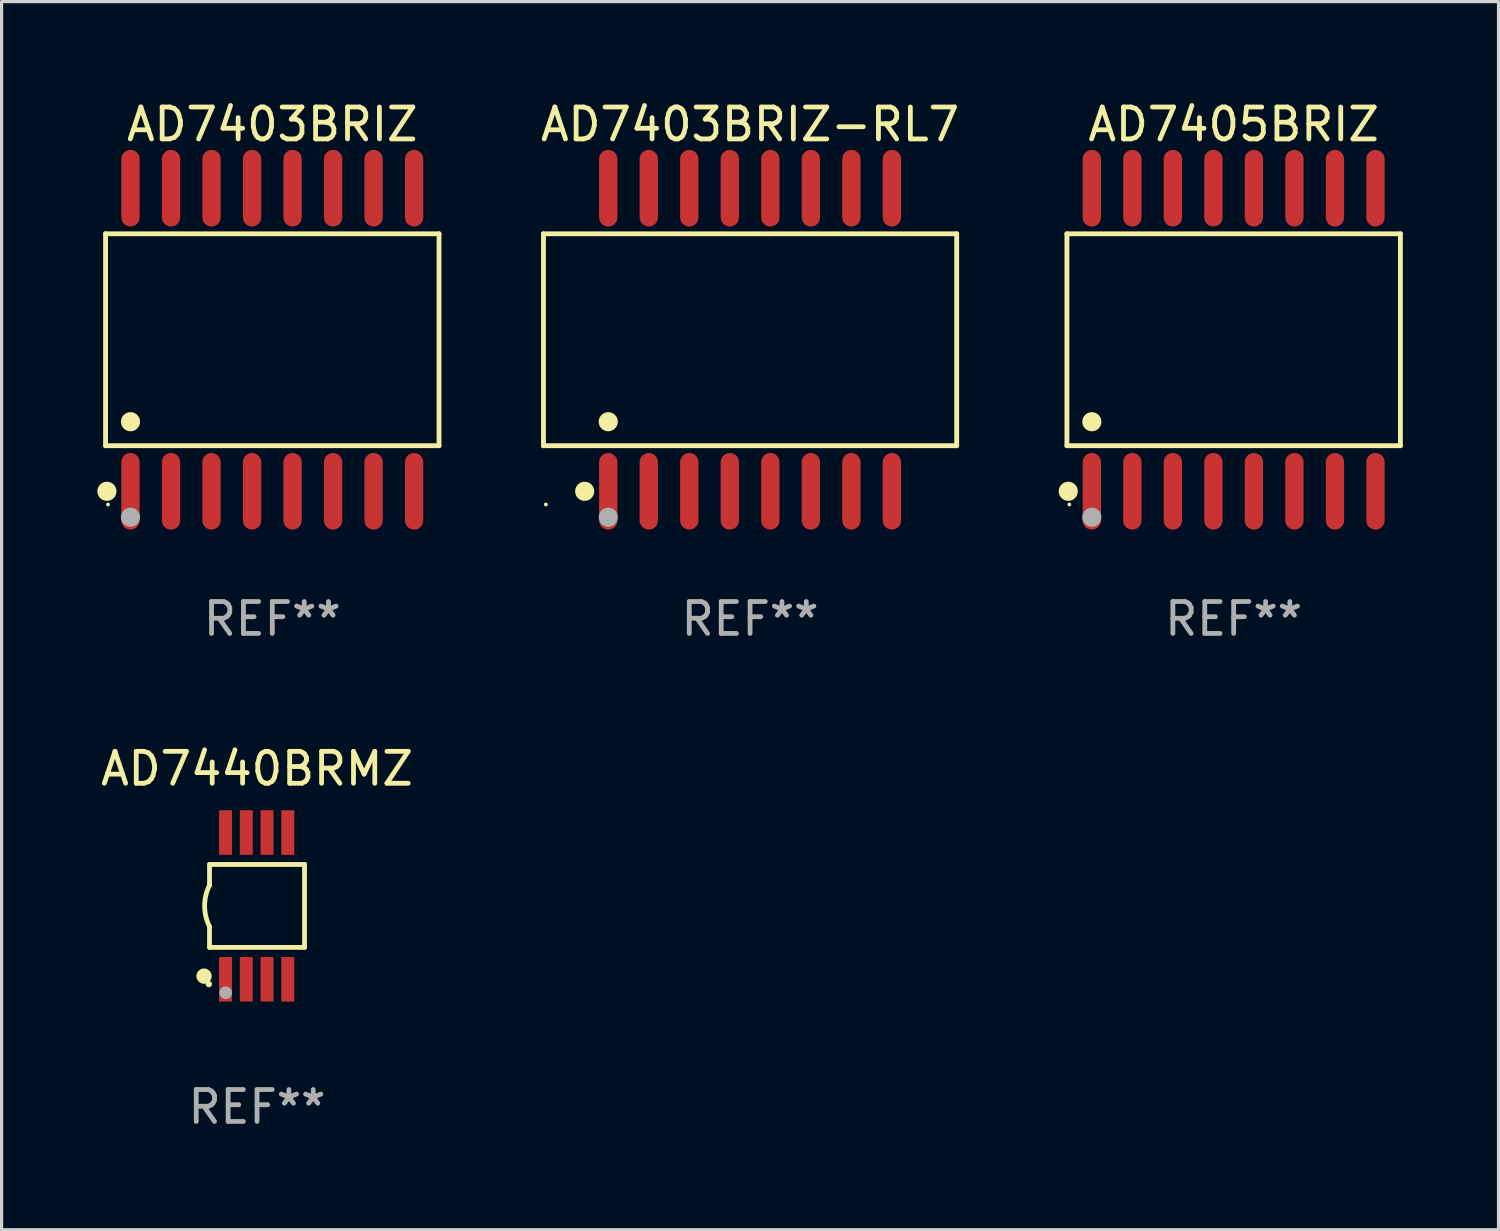
<source format=kicad_pcb>
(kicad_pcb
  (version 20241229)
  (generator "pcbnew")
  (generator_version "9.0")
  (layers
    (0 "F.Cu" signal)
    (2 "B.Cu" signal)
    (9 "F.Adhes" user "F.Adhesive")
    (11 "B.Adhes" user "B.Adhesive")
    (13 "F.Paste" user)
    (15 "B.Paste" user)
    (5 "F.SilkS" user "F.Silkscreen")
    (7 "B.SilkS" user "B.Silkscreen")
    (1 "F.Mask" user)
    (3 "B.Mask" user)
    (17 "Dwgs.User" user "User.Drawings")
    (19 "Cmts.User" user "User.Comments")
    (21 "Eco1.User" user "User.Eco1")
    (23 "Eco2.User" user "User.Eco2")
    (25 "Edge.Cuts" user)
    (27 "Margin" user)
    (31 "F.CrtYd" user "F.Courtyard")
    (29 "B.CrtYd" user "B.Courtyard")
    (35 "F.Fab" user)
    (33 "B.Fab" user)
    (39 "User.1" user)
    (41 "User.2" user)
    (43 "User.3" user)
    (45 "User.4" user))
  (footprint "AD7403BRIZ-RL7"
    (layer "F.Cu")
    (at 20.46 7.599)
    (property "Reference" "AD7403BRIZ-RL7" (at 0 -6.75 0) (layer "F.SilkS") (effects (font (size 1 1) (thickness 0.15))))
    (attr through_hole)
    (fp_line (start -6.476 -3.321) (end 6.476 -3.321) (stroke (width 0.152) (type solid)) (layer "F.SilkS"))
    (fp_line (start -6.476 3.321) (end -6.476 -3.321) (stroke (width 0.152) (type solid)) (layer "F.SilkS"))
    (fp_line (start 6.476 -3.321) (end 6.476 3.321) (stroke (width 0.152) (type solid)) (layer "F.SilkS"))
    (fp_line (start 6.476 3.321) (end -6.476 3.321) (stroke (width 0.152) (type solid)) (layer "F.SilkS"))
    (fp_circle (center -6.4 5.163) (end -6.37 5.163) (stroke (width 0.06) (type solid)) (fill no) (layer "F.SilkS"))
    (fp_circle (center -5.184 4.75) (end -5.034 4.75) (stroke (width 0.3) (type solid)) (fill no) (layer "F.SilkS"))
    (fp_circle (center -4.445 2.569) (end -4.295 2.569) (stroke (width 0.3) (type solid)) (fill no) (layer "F.SilkS"))
    (fp_circle (center -4.445 5.563) (end -4.295 5.563) (stroke (width 0.3) (type solid)) (fill no) (layer "F.Fab"))
    (fp_text user "REF**" (at 0 8.75 0) (layer "F.Fab") (effects (font (size 1 1) (thickness 0.15))))
    (pad "1" smd oval (at -4.445 4.75) (size 0.574 2.401) (layers "F.Cu" "F.Mask" "F.Paste"))
    (pad "2" smd oval (at -3.175 4.75) (size 0.574 2.401) (layers "F.Cu" "F.Mask" "F.Paste"))
    (pad "3" smd oval (at -1.905 4.75) (size 0.574 2.401) (layers "F.Cu" "F.Mask" "F.Paste"))
    (pad "4" smd oval (at -0.635 4.75) (size 0.574 2.401) (layers "F.Cu" "F.Mask" "F.Paste"))
    (pad "5" smd oval (at 0.635 4.75) (size 0.574 2.401) (layers "F.Cu" "F.Mask" "F.Paste"))
    (pad "6" smd oval (at 1.905 4.75) (size 0.574 2.401) (layers "F.Cu" "F.Mask" "F.Paste"))
    (pad "7" smd oval (at 3.175 4.75) (size 0.574 2.401) (layers "F.Cu" "F.Mask" "F.Paste"))
    (pad "8" smd oval (at 4.445 4.75) (size 0.574 2.401) (layers "F.Cu" "F.Mask" "F.Paste"))
    (pad "9" smd oval (at 4.445 -4.75) (size 0.574 2.401) (layers "F.Cu" "F.Mask" "F.Paste"))
    (pad "10" smd oval (at 3.175 -4.75) (size 0.574 2.401) (layers "F.Cu" "F.Mask" "F.Paste"))
    (pad "11" smd oval (at 1.905 -4.75) (size 0.574 2.401) (layers "F.Cu" "F.Mask" "F.Paste"))
    (pad "12" smd oval (at 0.635 -4.75) (size 0.574 2.401) (layers "F.Cu" "F.Mask" "F.Paste"))
    (pad "13" smd oval (at -0.635 -4.75) (size 0.574 2.401) (layers "F.Cu" "F.Mask" "F.Paste"))
    (pad "14" smd oval (at -1.905 -4.75) (size 0.574 2.401) (layers "F.Cu" "F.Mask" "F.Paste"))
    (pad "15" smd oval (at -3.175 -4.75) (size 0.574 2.401) (layers "F.Cu" "F.Mask" "F.Paste"))
    (pad "16" smd oval (at -4.445 -4.75) (size 0.574 2.401) (layers "F.Cu" "F.Mask" "F.Paste")))
  (footprint "AD7405BRIZ"
    (layer "F.Cu")
    (at 35.617 7.599)
    (property "Reference" "AD7405BRIZ" (at 0 -6.75 0) (layer "F.SilkS") (effects (font (size 1 1) (thickness 0.15))))
    (attr through_hole)
    (fp_line (start -5.226 -3.321) (end 5.226 -3.321) (stroke (width 0.152) (type solid)) (layer "F.SilkS"))
    (fp_line (start -5.226 3.321) (end -5.226 -3.321) (stroke (width 0.152) (type solid)) (layer "F.SilkS"))
    (fp_line (start 5.226 -3.321) (end 5.226 3.321) (stroke (width 0.152) (type solid)) (layer "F.SilkS"))
    (fp_line (start 5.226 3.321) (end -5.226 3.321) (stroke (width 0.152) (type solid)) (layer "F.SilkS"))
    (fp_circle (center -5.184 4.75) (end -5.034 4.75) (stroke (width 0.3) (type solid)) (fill no) (layer "F.SilkS"))
    (fp_circle (center -5.15 5.163) (end -5.12 5.163) (stroke (width 0.06) (type solid)) (fill no) (layer "F.SilkS"))
    (fp_circle (center -4.445 2.569) (end -4.295 2.569) (stroke (width 0.3) (type solid)) (fill no) (layer "F.SilkS"))
    (fp_circle (center -4.445 5.563) (end -4.295 5.563) (stroke (width 0.3) (type solid)) (fill no) (layer "F.Fab"))
    (fp_text user "REF**" (at 0 8.75 0) (layer "F.Fab") (effects (font (size 1 1) (thickness 0.15))))
    (pad "1" smd oval (at -4.445 4.75) (size 0.574 2.401) (layers "F.Cu" "F.Mask" "F.Paste"))
    (pad "2" smd oval (at -3.175 4.75) (size 0.574 2.401) (layers "F.Cu" "F.Mask" "F.Paste"))
    (pad "3" smd oval (at -1.905 4.75) (size 0.574 2.401) (layers "F.Cu" "F.Mask" "F.Paste"))
    (pad "4" smd oval (at -0.635 4.75) (size 0.574 2.401) (layers "F.Cu" "F.Mask" "F.Paste"))
    (pad "5" smd oval (at 0.635 4.75) (size 0.574 2.401) (layers "F.Cu" "F.Mask" "F.Paste"))
    (pad "6" smd oval (at 1.905 4.75) (size 0.574 2.401) (layers "F.Cu" "F.Mask" "F.Paste"))
    (pad "7" smd oval (at 3.175 4.75) (size 0.574 2.401) (layers "F.Cu" "F.Mask" "F.Paste"))
    (pad "8" smd oval (at 4.445 4.75) (size 0.574 2.401) (layers "F.Cu" "F.Mask" "F.Paste"))
    (pad "9" smd oval (at 4.445 -4.75) (size 0.574 2.401) (layers "F.Cu" "F.Mask" "F.Paste"))
    (pad "10" smd oval (at 3.175 -4.75) (size 0.574 2.401) (layers "F.Cu" "F.Mask" "F.Paste"))
    (pad "11" smd oval (at 1.905 -4.75) (size 0.574 2.401) (layers "F.Cu" "F.Mask" "F.Paste"))
    (pad "12" smd oval (at 0.635 -4.75) (size 0.574 2.401) (layers "F.Cu" "F.Mask" "F.Paste"))
    (pad "13" smd oval (at -0.635 -4.75) (size 0.574 2.401) (layers "F.Cu" "F.Mask" "F.Paste"))
    (pad "14" smd oval (at -1.905 -4.75) (size 0.574 2.401) (layers "F.Cu" "F.Mask" "F.Paste"))
    (pad "15" smd oval (at -3.175 -4.75) (size 0.574 2.401) (layers "F.Cu" "F.Mask" "F.Paste"))
    (pad "16" smd oval (at -4.445 -4.75) (size 0.574 2.401) (layers "F.Cu" "F.Mask" "F.Paste")))
  (footprint "AD7403BRIZ"
    (layer "F.Cu")
    (at 5.485 7.599)
    (property "Reference" "AD7403BRIZ" (at 0 -6.75 0) (layer "F.SilkS") (effects (font (size 1 1) (thickness 0.15))))
    (attr through_hole)
    (fp_line (start -5.226 -3.321) (end 5.226 -3.321) (stroke (width 0.152) (type solid)) (layer "F.SilkS"))
    (fp_line (start -5.226 3.321) (end -5.226 -3.321) (stroke (width 0.152) (type solid)) (layer "F.SilkS"))
    (fp_line (start 5.226 -3.321) (end 5.226 3.321) (stroke (width 0.152) (type solid)) (layer "F.SilkS"))
    (fp_line (start 5.226 3.321) (end -5.226 3.321) (stroke (width 0.152) (type solid)) (layer "F.SilkS"))
    (fp_circle (center -5.184 4.75) (end -5.034 4.75) (stroke (width 0.3) (type solid)) (fill no) (layer "F.SilkS"))
    (fp_circle (center -5.15 5.163) (end -5.12 5.163) (stroke (width 0.06) (type solid)) (fill no) (layer "F.SilkS"))
    (fp_circle (center -4.445 2.569) (end -4.295 2.569) (stroke (width 0.3) (type solid)) (fill no) (layer "F.SilkS"))
    (fp_circle (center -4.445 5.563) (end -4.295 5.563) (stroke (width 0.3) (type solid)) (fill no) (layer "F.Fab"))
    (fp_text user "REF**" (at 0 8.75 0) (layer "F.Fab") (effects (font (size 1 1) (thickness 0.15))))
    (pad "1" smd oval (at -4.445 4.75) (size 0.574 2.401) (layers "F.Cu" "F.Mask" "F.Paste"))
    (pad "2" smd oval (at -3.175 4.75) (size 0.574 2.401) (layers "F.Cu" "F.Mask" "F.Paste"))
    (pad "3" smd oval (at -1.905 4.75) (size 0.574 2.401) (layers "F.Cu" "F.Mask" "F.Paste"))
    (pad "4" smd oval (at -0.635 4.75) (size 0.574 2.401) (layers "F.Cu" "F.Mask" "F.Paste"))
    (pad "5" smd oval (at 0.635 4.75) (size 0.574 2.401) (layers "F.Cu" "F.Mask" "F.Paste"))
    (pad "6" smd oval (at 1.905 4.75) (size 0.574 2.401) (layers "F.Cu" "F.Mask" "F.Paste"))
    (pad "7" smd oval (at 3.175 4.75) (size 0.574 2.401) (layers "F.Cu" "F.Mask" "F.Paste"))
    (pad "8" smd oval (at 4.445 4.75) (size 0.574 2.401) (layers "F.Cu" "F.Mask" "F.Paste"))
    (pad "9" smd oval (at 4.445 -4.75) (size 0.574 2.401) (layers "F.Cu" "F.Mask" "F.Paste"))
    (pad "10" smd oval (at 3.175 -4.75) (size 0.574 2.401) (layers "F.Cu" "F.Mask" "F.Paste"))
    (pad "11" smd oval (at 1.905 -4.75) (size 0.574 2.401) (layers "F.Cu" "F.Mask" "F.Paste"))
    (pad "12" smd oval (at 0.635 -4.75) (size 0.574 2.401) (layers "F.Cu" "F.Mask" "F.Paste"))
    (pad "13" smd oval (at -0.635 -4.75) (size 0.574 2.401) (layers "F.Cu" "F.Mask" "F.Paste"))
    (pad "14" smd oval (at -1.905 -4.75) (size 0.574 2.401) (layers "F.Cu" "F.Mask" "F.Paste"))
    (pad "15" smd oval (at -3.175 -4.75) (size 0.574 2.401) (layers "F.Cu" "F.Mask" "F.Paste"))
    (pad "16" smd oval (at -4.445 -4.75) (size 0.574 2.401) (layers "F.Cu" "F.Mask" "F.Paste")))
  (footprint "AD7440BRMZ"
    (layer "F.Cu")
    (at 5.006 25.345)
    (property "Reference" "AD7440BRMZ" (at 0 -4.3 0) (layer "F.SilkS") (effects (font (size 1 1) (thickness 0.15))))
    (attr through_hole)
    (fp_line (start -1.489 -1.3) (end -1.489 -0.648) (stroke (width 0.15) (type solid)) (layer "F.SilkS"))
    (fp_line (start -1.489 0.648) (end -1.489 1.3) (stroke (width 0.15) (type solid)) (layer "F.SilkS"))
    (fp_line (start -1.489 1.3) (end 1.489 1.3) (stroke (width 0.15) (type solid)) (layer "F.SilkS"))
    (fp_line (start 1.489 -1.3) (end -1.489 -1.3) (stroke (width 0.15) (type solid)) (layer "F.SilkS"))
    (fp_line (start 1.489 1.3) (end 1.489 -1.3) (stroke (width 0.15) (type solid)) (layer "F.SilkS"))
    (fp_arc (start -1.489205 0.647702) (mid -1.642107 0) (end -1.489205 -0.647701) (stroke (width 0.150013) (type solid)) (layer "F.SilkS"))
    (fp_circle (center -1.661 2.2) (end -1.541 2.2) (stroke (width 0.24) (type solid)) (fill no) (layer "F.SilkS"))
    (fp_circle (center -1.511 2.45) (end -1.461 2.45) (stroke (width 0.1) (type solid)) (fill no) (layer "F.SilkS"))
    (fp_circle (center -0.981 2.72) (end -0.881 2.72) (stroke (width 0.2) (type solid)) (fill no) (layer "F.Fab"))
    (fp_text user "REF**" (at 0 6.3 0) (layer "F.Fab") (effects (font (size 1 1) (thickness 0.15))))
    (pad "1" smd rect (at -0.986 2.3) (size 0.406 1.397) (layers "F.Cu" "F.Mask" "F.Paste"))
    (pad "2" smd rect (at -0.336 2.3) (size 0.406 1.397) (layers "F.Cu" "F.Mask" "F.Paste"))
    (pad "3" smd rect (at 0.314 2.3) (size 0.406 1.397) (layers "F.Cu" "F.Mask" "F.Paste"))
    (pad "4" smd rect (at 0.964 2.3) (size 0.406 1.397) (layers "F.Cu" "F.Mask" "F.Paste"))
    (pad "5" smd rect (at 0.964 -2.3) (size 0.406 1.397) (layers "F.Cu" "F.Mask" "F.Paste"))
    (pad "6" smd rect (at 0.314 -2.3) (size 0.406 1.397) (layers "F.Cu" "F.Mask" "F.Paste"))
    (pad "7" smd rect (at -0.336 -2.3) (size 0.406 1.397) (layers "F.Cu" "F.Mask" "F.Paste"))
    (pad "8" smd rect (at -0.986 -2.3) (size 0.406 1.397) (layers "F.Cu" "F.Mask" "F.Paste")))
  (gr_rect
    (start -3 -3)
    (end 43.919 35.494)
    (stroke (width 0.1) (type default))
    (fill no)
    (layer "Edge.Cuts")))
</source>
